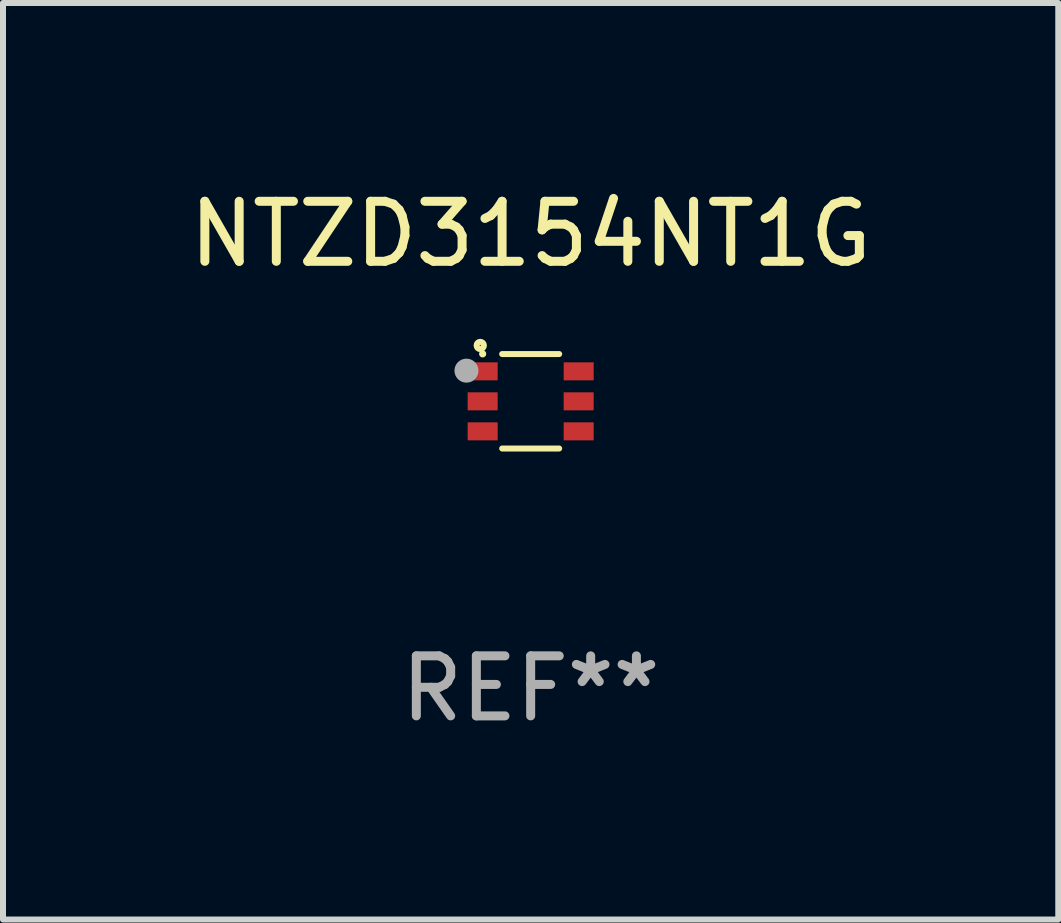
<source format=kicad_pcb>
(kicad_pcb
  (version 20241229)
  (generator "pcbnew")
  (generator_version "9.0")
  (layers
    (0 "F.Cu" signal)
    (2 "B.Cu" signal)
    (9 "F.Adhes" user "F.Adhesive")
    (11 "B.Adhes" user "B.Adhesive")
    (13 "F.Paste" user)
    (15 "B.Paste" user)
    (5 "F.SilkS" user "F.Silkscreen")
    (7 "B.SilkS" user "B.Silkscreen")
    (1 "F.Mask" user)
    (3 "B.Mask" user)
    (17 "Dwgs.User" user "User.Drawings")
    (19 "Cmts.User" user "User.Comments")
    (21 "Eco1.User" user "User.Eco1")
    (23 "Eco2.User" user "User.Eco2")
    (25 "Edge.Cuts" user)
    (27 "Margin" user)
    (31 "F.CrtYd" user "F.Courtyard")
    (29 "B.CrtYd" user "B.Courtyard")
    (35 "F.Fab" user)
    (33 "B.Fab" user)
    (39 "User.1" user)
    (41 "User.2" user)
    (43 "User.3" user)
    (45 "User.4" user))
  (footprint "NTZD3154NT1G"
    (layer "F.Cu")
    (at 5.792 3.637)
    (property "Reference" "NTZD3154NT1G" (at 0 -2.788 0) (layer "F.SilkS") (effects (font (size 1 1) (thickness 0.15))))
    (attr through_hole)
    (fp_line (start 0.475 -0.788) (end -0.475 -0.788) (stroke (width 0.1) (type solid)) (layer "F.SilkS"))
    (fp_line (start 0.475 0.786) (end -0.475 0.786) (stroke (width 0.1) (type solid)) (layer "F.SilkS"))
    (fp_circle (center -0.84 -0.931) (end -0.78 -0.931) (stroke (width 0.102) (type solid)) (fill no) (layer "F.SilkS"))
    (fp_circle (center -0.8 -0.791) (end -0.77 -0.791) (stroke (width 0.06) (type solid)) (fill no) (layer "F.SilkS"))
    (fp_circle (center -1.07 -0.511) (end -0.97 -0.511) (stroke (width 0.2) (type solid)) (fill no) (layer "F.Fab"))
    (fp_text user "REF**" (at 0 4.786 0) (layer "F.Fab") (effects (font (size 1 1) (thickness 0.15))))
    (pad "1" smd rect (at -0.8 -0.5 270) (size 0.3 0.5) (layers "F.Cu" "F.Mask" "F.Paste"))
    (pad "2" smd rect (at -0.8 0 270) (size 0.3 0.5) (layers "F.Cu" "F.Mask" "F.Paste"))
    (pad "3" smd rect (at -0.8 0.5 270) (size 0.3 0.5) (layers "F.Cu" "F.Mask" "F.Paste"))
    (pad "4" smd rect (at 0.8 0.5 270) (size 0.3 0.5) (layers "F.Cu" "F.Mask" "F.Paste"))
    (pad "5" smd rect (at 0.8 0 270) (size 0.3 0.5) (layers "F.Cu" "F.Mask" "F.Paste"))
    (pad "6" smd rect (at 0.8 -0.5 270) (size 0.3 0.5) (layers "F.Cu" "F.Mask" "F.Paste")))
  (gr_rect
    (start -3 -3)
    (end 14.583 12.271)
    (stroke (width 0.1) (type default))
    (fill no)
    (layer "Edge.Cuts")))
</source>
